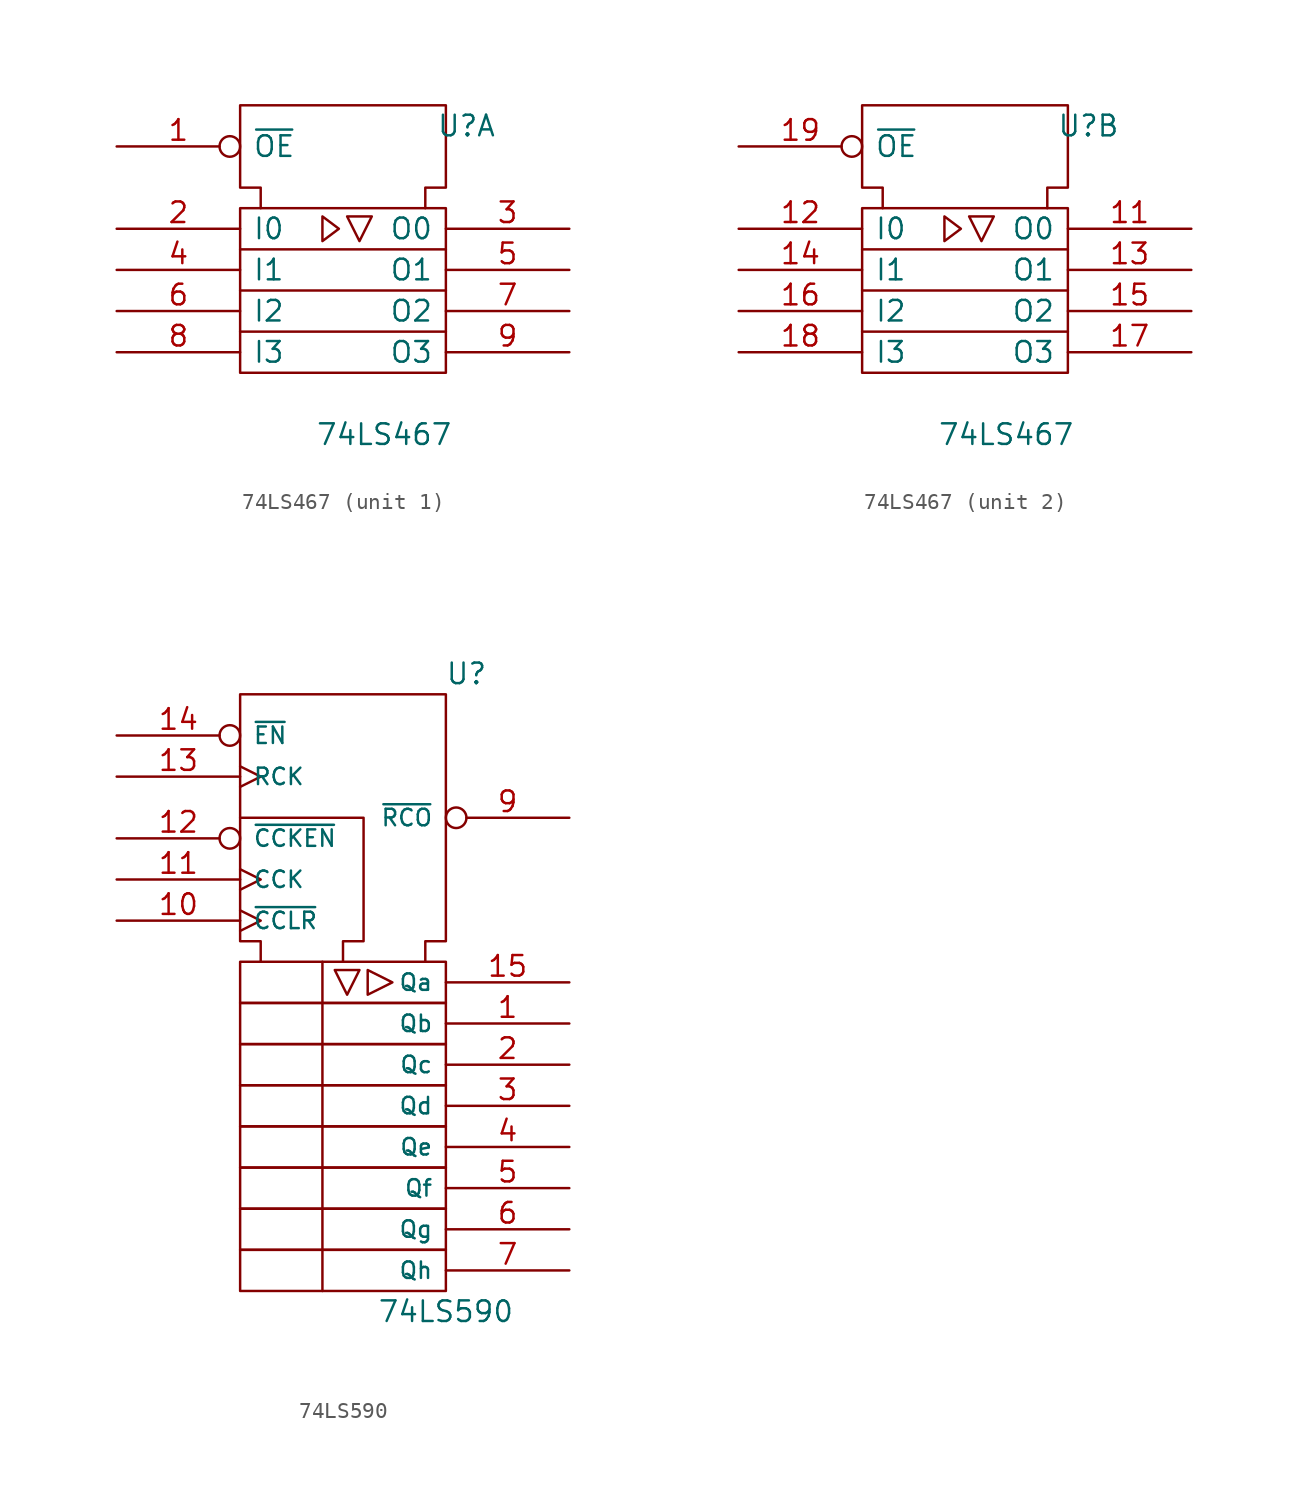
<source format=kicad_sym>
(kicad_symbol_lib
  (version 20231120)
  (generator "kicad_symbol_editor")
  (generator_version "8.0")
  (symbol "74LS467"
    (pin_names
      (offset 0.762))
    (property "Reference" "U"
      (at 7.62 8.89 0)
      (effects (font (size 1.27 1.27))))
    (property "Value" "74LS467"
      (at 2.54 -10.16 0)
      (effects (font (size 1.27 1.27))))
    (symbol "74LS467_0_0"
      (polyline (pts (xy 0.254 3.302) (xy 1.778 3.302) (xy 1.016 1.778) (xy 0.254 3.302) (xy 0.254 3.302)) (stroke (width 0) (type default)) (fill (type none)))
      (pin power_in line (at 1.27 10.16 270) (length 0) hide (name "GND" (effects (font (size 1.27 1.27)))) (number "10" (effects (font (size 1.27 1.27)))))
      (pin power_in line (at 5.08 10.16 270) (length 0) hide (name "VCC" (effects (font (size 1.27 1.27)))) (number "20" (effects (font (size 1.27 1.27))))))
    (symbol "74LS467_0_1"
      (rectangle (start -6.35 3.81) (end 6.35 -6.35) (stroke (width 0) (type default)) (fill (type none)))
      (polyline (pts (xy -6.35 -1.27) (xy 6.35 -1.27) (xy 6.35 -1.27)) (stroke (width 0) (type default)) (fill (type none)))
      (polyline (pts (xy 6.35 -3.81) (xy -6.35 -3.81) (xy -6.35 -3.81)) (stroke (width 0) (type default)) (fill (type none)))
      (polyline (pts (xy 6.35 1.27) (xy -6.35 1.27) (xy -6.35 1.27)) (stroke (width 0) (type default)) (fill (type none)))
      (polyline (pts (xy -1.27 3.302) (xy -1.27 1.778) (xy -0.254 2.54) (xy -1.27 3.302) (xy -1.27 3.302)) (stroke (width 0) (type default)) (fill (type none)))
      (polyline (pts (xy -5.08 3.81) (xy -5.08 5.08) (xy -6.35 5.08) (xy -6.35 10.16) (xy 6.35 10.16) (xy 6.35 5.08) (xy 5.08 5.08) (xy 5.08 3.81) (xy 5.08 3.81)) (stroke (width 0) (type default)) (fill (type none))))
    (symbol "74LS467_1_1"
      (pin input inverted (at -13.97 7.62 0) (length 7.62) (name "~{OE}" (effects (font (size 1.27 1.27)))) (number "1" (effects (font (size 1.27 1.27)))))
      (pin input line (at -13.97 2.54 0) (length 7.62) (name "I0" (effects (font (size 1.27 1.27)))) (number "2" (effects (font (size 1.27 1.27)))))
      (pin tri_state line (at 13.97 2.54 180) (length 7.62) (name "O0" (effects (font (size 1.27 1.27)))) (number "3" (effects (font (size 1.27 1.27)))))
      (pin input line (at -13.97 0 0) (length 7.62) (name "I1" (effects (font (size 1.27 1.27)))) (number "4" (effects (font (size 1.27 1.27)))))
      (pin tri_state line (at 13.97 0 180) (length 7.62) (name "O1" (effects (font (size 1.27 1.27)))) (number "5" (effects (font (size 1.27 1.27)))))
      (pin input line (at -13.97 -2.54 0) (length 7.62) (name "I2" (effects (font (size 1.27 1.27)))) (number "6" (effects (font (size 1.27 1.27)))))
      (pin tri_state line (at 13.97 -2.54 180) (length 7.62) (name "O2" (effects (font (size 1.27 1.27)))) (number "7" (effects (font (size 1.27 1.27)))))
      (pin input line (at -13.97 -5.08 0) (length 7.62) (name "I3" (effects (font (size 1.27 1.27)))) (number "8" (effects (font (size 1.27 1.27)))))
      (pin tri_state line (at 13.97 -5.08 180) (length 7.62) (name "O3" (effects (font (size 1.27 1.27)))) (number "9" (effects (font (size 1.27 1.27))))))
    (symbol "74LS467_2_1"
      (pin tri_state line (at 13.97 2.54 180) (length 7.62) (name "O0" (effects (font (size 1.27 1.27)))) (number "11" (effects (font (size 1.27 1.27)))))
      (pin input line (at -13.97 2.54 0) (length 7.62) (name "I0" (effects (font (size 1.27 1.27)))) (number "12" (effects (font (size 1.27 1.27)))))
      (pin tri_state line (at 13.97 0 180) (length 7.62) (name "O1" (effects (font (size 1.27 1.27)))) (number "13" (effects (font (size 1.27 1.27)))))
      (pin input line (at -13.97 0 0) (length 7.62) (name "I1" (effects (font (size 1.27 1.27)))) (number "14" (effects (font (size 1.27 1.27)))))
      (pin tri_state line (at 13.97 -2.54 180) (length 7.62) (name "O2" (effects (font (size 1.27 1.27)))) (number "15" (effects (font (size 1.27 1.27)))))
      (pin input line (at -13.97 -2.54 0) (length 7.62) (name "I2" (effects (font (size 1.27 1.27)))) (number "16" (effects (font (size 1.27 1.27)))))
      (pin tri_state line (at 13.97 -5.08 180) (length 7.62) (name "O3" (effects (font (size 1.27 1.27)))) (number "17" (effects (font (size 1.27 1.27)))))
      (pin input line (at -13.97 -5.08 0) (length 7.62) (name "I3" (effects (font (size 1.27 1.27)))) (number "18" (effects (font (size 1.27 1.27)))))
      (pin input inverted (at -13.97 7.62 0) (length 7.62) (name "~{OE}" (effects (font (size 1.27 1.27)))) (number "19" (effects (font (size 1.27 1.27)))))))
  (symbol "74LS590"
    (pin_names
      (offset 0.762))
    (property "Reference" "U"
      (at 7.62 20.32 0)
      (effects (font (size 1.27 1.27))))
    (property "Value" "74LS590"
      (at 6.35 -19.05 0)
      (effects (font (size 1.27 1.27))))
    (symbol "74LS590_0_0"
      (rectangle (start -6.35 -15.24) (end 6.35 -17.78) (stroke (width 0) (type default)) (fill (type none)))
      (rectangle (start -6.35 -12.7) (end 6.35 -15.24) (stroke (width 0) (type default)) (fill (type none)))
      (rectangle (start -6.35 -10.16) (end 6.35 -12.7) (stroke (width 0) (type default)) (fill (type none)))
      (rectangle (start -6.35 -7.62) (end 6.35 -10.16) (stroke (width 0) (type default)) (fill (type none)))
      (rectangle (start -6.35 -5.08) (end 6.35 -7.62) (stroke (width 0) (type default)) (fill (type none)))
      (rectangle (start -6.35 -2.54) (end 6.35 -5.08) (stroke (width 0) (type default)) (fill (type none)))
      (rectangle (start -6.35 0) (end 6.35 -2.54) (stroke (width 0) (type default)) (fill (type none)))
      (rectangle (start -6.35 2.54) (end 6.35 0) (stroke (width 0) (type default)) (fill (type none)))
      (polyline (pts (xy -1.27 2.54) (xy -1.27 -17.78) (xy -1.27 -17.78)) (stroke (width 0) (type default)) (fill (type none)))
      (polyline (pts (xy -0.508 2.032) (xy 1.016 2.032) (xy 0.254 0.508) (xy -0.508 2.032) (xy -0.508 2.032)) (stroke (width 0) (type default)) (fill (type none)))
      (polyline (pts (xy 1.524 2.032) (xy 3.048 1.27) (xy 1.524 0.508) (xy 1.524 2.032) (xy 1.524 2.032)) (stroke (width 0) (type default)) (fill (type none)))
      (polyline (pts (xy -6.35 11.43) (xy 1.27 11.43) (xy 1.27 3.81) (xy 0 3.81) (xy 0 2.54) (xy 0 2.54)) (stroke (width 0) (type default)) (fill (type none)))
      (polyline (pts (xy -5.08 2.54) (xy -5.08 3.81) (xy -6.35 3.81) (xy -6.35 19.05) (xy 6.35 19.05) (xy 6.35 3.81) (xy 5.08 3.81) (xy 5.08 2.54) (xy 5.08 2.54)) (stroke (width 0) (type default)) (fill (type none))))
    (symbol "74LS590_0_1"
      (pin power_in line (at 5.08 19.05 270) (length 0) hide (name "Vcc" (effects (font (size 1.016 1.016)))) (number "16" (effects (font (size 1.27 1.27)))))
      (pin power_in line (at 1.27 19.05 270) (length 0) hide (name "Gnd" (effects (font (size 1.016 1.016)))) (number "8" (effects (font (size 1.27 1.27))))))
    (symbol "74LS590_1_1"
      (pin output line (at 13.97 -1.27 180) (length 7.62) (name "Qb" (effects (font (size 1.016 1.016)))) (number "1" (effects (font (size 1.27 1.27)))))
      (pin input clock (at -13.97 5.08 0) (length 7.62) (name "~{CCLR}" (effects (font (size 1.016 1.016)))) (number "10" (effects (font (size 1.27 1.27)))))
      (pin input clock (at -13.97 7.62 0) (length 7.62) (name "CCK" (effects (font (size 1.016 1.016)))) (number "11" (effects (font (size 1.27 1.27)))))
      (pin input inverted (at -13.97 10.16 0) (length 7.62) (name "~{CCKEN}" (effects (font (size 1.016 1.016)))) (number "12" (effects (font (size 1.27 1.27)))))
      (pin input clock (at -13.97 13.97 0) (length 7.62) (name "RCK" (effects (font (size 1.016 1.016)))) (number "13" (effects (font (size 1.27 1.27)))))
      (pin input inverted (at -13.97 16.51 0) (length 7.62) (name "~{EN}" (effects (font (size 1.016 1.016)))) (number "14" (effects (font (size 1.27 1.27)))))
      (pin output line (at 13.97 1.27 180) (length 7.62) (name "Qa" (effects (font (size 1.016 1.016)))) (number "15" (effects (font (size 1.27 1.27)))))
      (pin output line (at 13.97 -3.81 180) (length 7.62) (name "Qc" (effects (font (size 1.016 1.016)))) (number "2" (effects (font (size 1.27 1.27)))))
      (pin output line (at 13.97 -6.35 180) (length 7.62) (name "Qd" (effects (font (size 1.016 1.016)))) (number "3" (effects (font (size 1.27 1.27)))))
      (pin output line (at 13.97 -8.89 180) (length 7.62) (name "Qe" (effects (font (size 1.016 1.016)))) (number "4" (effects (font (size 1.27 1.27)))))
      (pin output line (at 13.97 -11.43 180) (length 7.62) (name "Qf" (effects (font (size 1.016 1.016)))) (number "5" (effects (font (size 1.27 1.27)))))
      (pin output line (at 13.97 -13.97 180) (length 7.62) (name "Qg" (effects (font (size 1.016 1.016)))) (number "6" (effects (font (size 1.27 1.27)))))
      (pin output line (at 13.97 -16.51 180) (length 7.62) (name "Qh" (effects (font (size 1.016 1.016)))) (number "7" (effects (font (size 1.27 1.27)))))
      (pin output inverted (at 13.97 11.43 180) (length 7.62) (name "~{RCO}" (effects (font (size 1.016 1.016)))) (number "9" (effects (font (size 1.27 1.27))))))))
</source>
